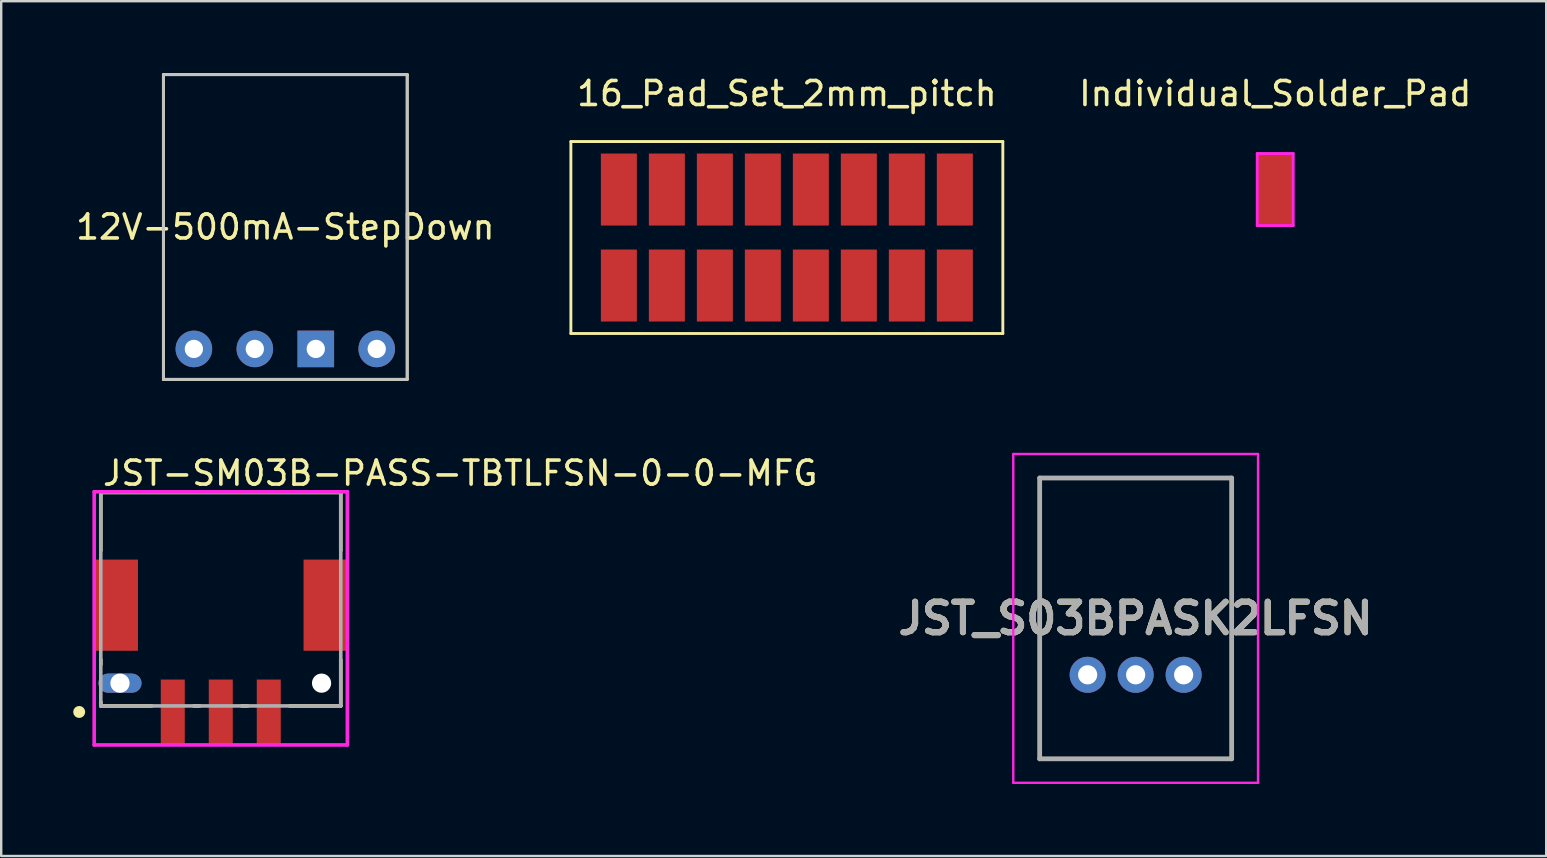
<source format=kicad_pcb>
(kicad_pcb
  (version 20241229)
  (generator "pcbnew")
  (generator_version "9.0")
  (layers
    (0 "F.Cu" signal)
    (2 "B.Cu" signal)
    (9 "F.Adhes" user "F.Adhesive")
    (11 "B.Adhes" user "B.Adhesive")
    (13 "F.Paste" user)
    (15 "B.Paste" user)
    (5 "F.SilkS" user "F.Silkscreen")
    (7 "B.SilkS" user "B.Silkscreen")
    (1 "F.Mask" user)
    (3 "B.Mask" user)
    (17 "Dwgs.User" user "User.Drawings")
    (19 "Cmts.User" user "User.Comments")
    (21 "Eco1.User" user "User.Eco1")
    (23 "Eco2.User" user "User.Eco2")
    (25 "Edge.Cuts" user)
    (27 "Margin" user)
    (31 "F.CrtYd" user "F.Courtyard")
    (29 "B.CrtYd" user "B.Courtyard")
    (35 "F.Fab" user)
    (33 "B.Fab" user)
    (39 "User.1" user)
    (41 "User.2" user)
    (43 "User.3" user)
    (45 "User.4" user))
  (footprint "JST-SM03B-PASS-TBTLFSN-0-0-MFG"
    (layer "F.Cu")
    (at 6.15 21.918)
    (property "Reference" "JST-SM03B-PASS-TBTLFSN-0-0-MFG" (at -5 -5.25 0) (layer "F.SilkS") (effects (font (size 1 1) (thickness 0.15)) (justify left)))
    (attr through_hole)
    (fp_line (start -5 -4.45) (end 5 -4.45) (stroke (width 0.15) (type solid)) (layer "F.SilkS"))
    (fp_line (start -5 -2.025) (end -5 -4.45) (stroke (width 0.15) (type solid)) (layer "F.SilkS"))
    (fp_line (start -5 2.725) (end -5 2.525) (stroke (width 0.15) (type solid)) (layer "F.SilkS"))
    (fp_line (start -5 4.45) (end -5 4.275) (stroke (width 0.15) (type solid)) (layer "F.SilkS"))
    (fp_line (start -5 4.45) (end -2.875 4.45) (stroke (width 0.15) (type solid)) (layer "F.SilkS"))
    (fp_line (start -1.125 4.45) (end -0.875 4.45) (stroke (width 0.15) (type solid)) (layer "F.SilkS"))
    (fp_line (start 0.875 4.45) (end 1.125 4.45) (stroke (width 0.15) (type solid)) (layer "F.SilkS"))
    (fp_line (start 2.875 4.45) (end 5 4.45) (stroke (width 0.15) (type solid)) (layer "F.SilkS"))
    (fp_line (start 5 -2.025) (end 5 -4.45) (stroke (width 0.15) (type solid)) (layer "F.SilkS"))
    (fp_line (start 5 4.45) (end 5 2.525) (stroke (width 0.15) (type solid)) (layer "F.SilkS"))
    (fp_circle (center -5.9 4.7) (end -5.775 4.7) (stroke (width 0.25) (type solid)) (fill no) (layer "F.SilkS"))
    (fp_line (start -5.275 -4.475) (end -5.275 6.075) (stroke (width 0.15) (type solid)) (layer "F.CrtYd"))
    (fp_line (start -5.275 6.075) (end 5.275 6.075) (stroke (width 0.15) (type solid)) (layer "F.CrtYd"))
    (fp_line (start 5.275 -4.475) (end -5.275 -4.475) (stroke (width 0.15) (type solid)) (layer "F.CrtYd"))
    (fp_line (start 5.275 -4.475) (end 5.275 -4.475) (stroke (width 0.15) (type solid)) (layer "F.CrtYd"))
    (fp_line (start 5.275 6.075) (end 5.275 -4.475) (stroke (width 0.15) (type solid)) (layer "F.CrtYd"))
    (fp_line (start -5 -4.45) (end 5 -4.45) (stroke (width 0.15) (type solid)) (layer "F.Fab"))
    (fp_line (start -5 4.45) (end -5 -4.45) (stroke (width 0.15) (type solid)) (layer "F.Fab"))
    (fp_line (start 5 -4.45) (end 5 4.45) (stroke (width 0.15) (type solid)) (layer "F.Fab"))
    (fp_line (start 5 4.45) (end -5 4.45) (stroke (width 0.15) (type solid)) (layer "F.Fab"))
    (pad "" np_thru_hole roundrect (at -4.2 3.5) (size 1.8 0.8) (drill oval 0.8) (layers "*.Cu" "*.Mask") (roundrect_rratio 0.5))
    (pad "" np_thru_hole circle (at 4.2 3.5) (size 0.8 0.8) (drill 0.8) (layers "*.Cu" "*.Mask"))
    (pad "1" smd rect (at -2 4.7) (size 1 2.7) (layers "F.Cu" "F.Mask" "F.Paste"))
    (pad "2" smd rect (at 0 4.7) (size 1 2.7) (layers "F.Cu" "F.Mask" "F.Paste"))
    (pad "3" smd rect (at 2 4.7) (size 1 2.7) (layers "F.Cu" "F.Mask" "F.Paste"))
    (pad "4" smd rect (at -4.35 0.25) (size 1.8 3.8) (layers "F.Cu" "F.Mask" "F.Paste"))
    (pad "5" smd rect (at 4.35 0.25) (size 1.8 3.8) (layers "F.Cu" "F.Mask" "F.Paste")))
  (footprint "JST_S03BPASK2LFSN"
    (layer "F.Cu")
    (at 46.274 25.07)
    (property "Reference" "JST_S03BPASK2LFSN" (at -2 -2.35 0) (layer "F.SilkS") (effects (font (size 1.27 1.27) (thickness 0.254))))
    (attr through_hole)
    (fp_line (start -6 -8.2) (end 2 -8.2) (stroke (width 0.1) (type solid)) (layer "F.SilkS"))
    (fp_line (start -6 -3.1) (end -6 -8.2) (stroke (width 0.1) (type solid)) (layer "F.SilkS"))
    (fp_line (start -6 -1.1) (end -6 3.5) (stroke (width 0.1) (type solid)) (layer "F.SilkS"))
    (fp_line (start -6 3.5) (end 2 3.5) (stroke (width 0.1) (type solid)) (layer "F.SilkS"))
    (fp_line (start 2 -8.2) (end 2 -3.1) (stroke (width 0.1) (type solid)) (layer "F.SilkS"))
    (fp_line (start 2 3.5) (end 2 -1.1) (stroke (width 0.1) (type solid)) (layer "F.SilkS"))
    (fp_line (start -7.1 -9.2) (end 3.1 -9.2) (stroke (width 0.1) (type solid)) (layer "F.CrtYd"))
    (fp_line (start -7.1 4.5) (end -7.1 -9.2) (stroke (width 0.1) (type solid)) (layer "F.CrtYd"))
    (fp_line (start 3.1 -9.2) (end 3.1 4.5) (stroke (width 0.1) (type solid)) (layer "F.CrtYd"))
    (fp_line (start 3.1 4.5) (end -7.1 4.5) (stroke (width 0.1) (type solid)) (layer "F.CrtYd"))
    (fp_line (start -6 -8.2) (end 2 -8.2) (stroke (width 0.2) (type solid)) (layer "F.Fab"))
    (fp_line (start -6 3.5) (end -6 -8.2) (stroke (width 0.2) (type solid)) (layer "F.Fab"))
    (fp_line (start 2 -8.2) (end 2 3.5) (stroke (width 0.2) (type solid)) (layer "F.Fab"))
    (fp_line (start 2 3.5) (end -6 3.5) (stroke (width 0.2) (type solid)) (layer "F.Fab"))
    (fp_text user "${REFERENCE}" (at -2 -2.35 0) (layer "F.Fab") (effects (font (size 1.27 1.27) (thickness 0.254))))
    (pad "" np_thru_hole circle (at -5.5 -2.1) (size 0.001 0.001) (drill 1.2) (layers "*.Cu" "*.Mask"))
    (pad "" np_thru_hole circle (at 1.5 -2.1) (size 0.001 0.001) (drill 1.2) (layers "*.Cu" "*.Mask"))
    (pad "1" thru_hole circle (at 0 0) (size 1.5 1.5) (drill 0.8) (layers "*.Cu" "*.Mask"))
    (pad "2" thru_hole circle (at -2 0) (size 1.5 1.5) (drill 0.8) (layers "*.Cu" "*.Mask"))
    (pad "3" thru_hole circle (at -4 0) (size 1.5 1.5) (drill 0.8) (layers "*.Cu" "*.Mask")))
  (footprint "16_Pad_Set_2mm_pitch"
    (layer "F.Cu")
    (at 29.739 8.848)
    (property "Reference" "16_Pad_Set_2mm_pitch" (at 0 -8 0) (layer "F.SilkS") (effects (font (size 1 1) (thickness 0.15))))
    (attr through_hole)
    (fp_line (start -9 2) (end -9 -6) (stroke (width 0.12) (type solid)) (layer "F.SilkS"))
    (fp_line (start -9 2) (end 9 2) (stroke (width 0.12) (type solid)) (layer "F.SilkS"))
    (fp_line (start 9 -6) (end -9 -6) (stroke (width 0.12) (type solid)) (layer "F.SilkS"))
    (fp_line (start 9 -6) (end 9 2) (stroke (width 0.12) (type solid)) (layer "F.SilkS"))
    (pad "1" smd rect (at -7 -4) (size 1.5 3) (layers "F.Cu" "F.Mask" "F.Paste"))
    (pad "2" smd rect (at -7 0) (size 1.5 3) (layers "F.Cu" "F.Mask" "F.Paste"))
    (pad "3" smd rect (at -5 -4) (size 1.5 3) (layers "F.Cu" "F.Mask" "F.Paste"))
    (pad "4" smd rect (at -5 0) (size 1.5 3) (layers "F.Cu" "F.Mask" "F.Paste"))
    (pad "5" smd rect (at -3 -4) (size 1.5 3) (layers "F.Cu" "F.Mask" "F.Paste"))
    (pad "6" smd rect (at -3 0) (size 1.5 3) (layers "F.Cu" "F.Mask" "F.Paste"))
    (pad "7" smd rect (at -1 -4) (size 1.5 3) (layers "F.Cu" "F.Mask" "F.Paste"))
    (pad "8" smd rect (at -1 0) (size 1.5 3) (layers "F.Cu" "F.Mask" "F.Paste"))
    (pad "9" smd rect (at 1 -4) (size 1.5 3) (layers "F.Cu" "F.Mask" "F.Paste"))
    (pad "10" smd rect (at 1 0) (size 1.5 3) (layers "F.Cu" "F.Mask" "F.Paste"))
    (pad "11" smd rect (at 3 -4) (size 1.5 3) (layers "F.Cu" "F.Mask" "F.Paste"))
    (pad "12" smd rect (at 3 0) (size 1.5 3) (layers "F.Cu" "F.Mask" "F.Paste"))
    (pad "13" smd rect (at 5 -4) (size 1.5 3) (layers "F.Cu" "F.Mask" "F.Paste"))
    (pad "14" smd rect (at 5 0) (size 1.5 3) (layers "F.Cu" "F.Mask" "F.Paste"))
    (pad "15" smd rect (at 7 -4) (size 1.5 3) (layers "F.Cu" "F.Mask" "F.Paste"))
    (pad "16" smd rect (at 7 0) (size 1.5 3) (layers "F.Cu" "F.Mask" "F.Paste")))
  (footprint "Individual_Solder_Pad"
    (layer "F.Cu")
    (at 50.09 4.848)
    (property "Reference" "Individual_Solder_Pad" (at 0 -4 0) (layer "F.SilkS") (effects (font (size 1 1) (thickness 0.15))))
    (attr through_hole)
    (fp_line (start -0.75 -1.5) (end 0.75 -1.5) (stroke (width 0.12) (type solid)) (layer "F.CrtYd"))
    (fp_line (start -0.75 1.5) (end -0.75 -1.5) (stroke (width 0.12) (type solid)) (layer "F.CrtYd"))
    (fp_line (start 0.75 -1.5) (end 0.75 1.5) (stroke (width 0.12) (type solid)) (layer "F.CrtYd"))
    (fp_line (start 0.75 1.5) (end -0.75 1.5) (stroke (width 0.12) (type solid)) (layer "F.CrtYd"))
    (pad "1" smd rect (at 0 0) (size 1.5 3) (layers "F.Cu" "F.Mask" "F.Paste")))
  (footprint "12V-500mA-StepDown"
    (layer "F.Cu")
    (at 8.839 6.41)
    (property "Reference" "12V-500mA-StepDown" (at 0 0 0) (layer "F.SilkS") (effects (font (size 1 1) (thickness 0.15))))
    (attr through_hole)
    (fp_line (start -5.08 -6.35) (end -5.08 6.35) (stroke (width 0.12) (type solid)) (layer "F.SilkS"))
    (fp_line (start -5.08 6.35) (end 5.08 6.35) (stroke (width 0.12) (type solid)) (layer "F.SilkS"))
    (fp_line (start 5.08 -6.35) (end -5.08 -6.35) (stroke (width 0.12) (type solid)) (layer "F.SilkS"))
    (fp_line (start 5.08 6.35) (end 5.08 -6.35) (stroke (width 0.12) (type solid)) (layer "F.SilkS"))
    (fp_line (start -5.08 -6.35) (end 5.08 -6.35) (stroke (width 0.12) (type solid)) (layer "Dwgs.User"))
    (fp_line (start -5.08 6.35) (end -5.08 -6.35) (stroke (width 0.12) (type solid)) (layer "Dwgs.User"))
    (fp_line (start 5.08 -6.35) (end 5.08 6.35) (stroke (width 0.12) (type solid)) (layer "Dwgs.User"))
    (fp_line (start 5.08 6.35) (end -5.08 6.35) (stroke (width 0.12) (type solid)) (layer "Dwgs.User"))
    (pad "1" thru_hole circle (at -3.81 5.08) (size 1.524 1.524) (drill 0.762) (layers "*.Cu" "*.Mask"))
    (pad "2" thru_hole circle (at -1.27 5.08) (size 1.524 1.524) (drill 0.762) (layers "*.Cu" "*.Mask"))
    (pad "3" thru_hole rect (at 1.27 5.08) (size 1.524 1.524) (drill 0.762) (layers "*.Cu" "*.Mask"))
    (pad "4" thru_hole circle (at 3.81 5.08) (size 1.524 1.524) (drill 0.762) (layers "*.Cu" "*.Mask")))
  (gr_rect
    (start -3 -3)
    (end 61.382 32.62)
    (stroke (width 0.1) (type default))
    (fill no)
    (layer "Edge.Cuts")))
</source>
